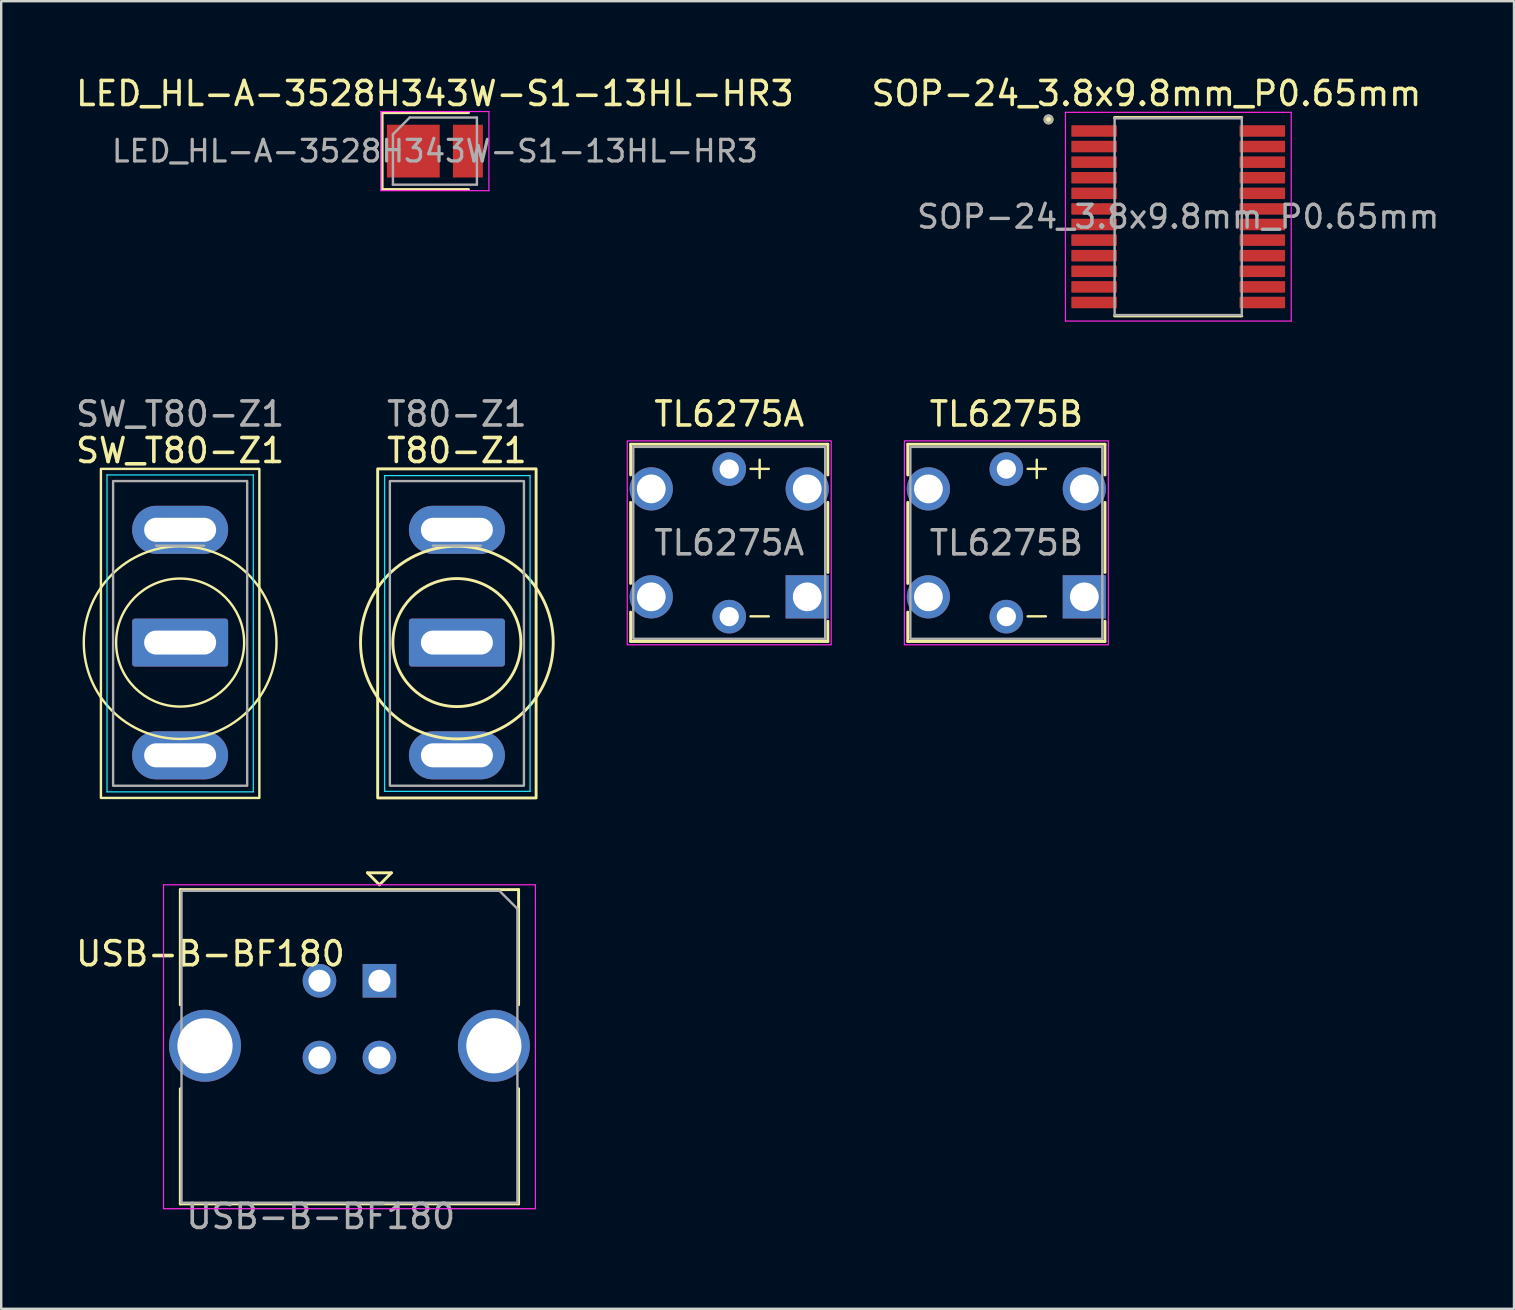
<source format=kicad_pcb>
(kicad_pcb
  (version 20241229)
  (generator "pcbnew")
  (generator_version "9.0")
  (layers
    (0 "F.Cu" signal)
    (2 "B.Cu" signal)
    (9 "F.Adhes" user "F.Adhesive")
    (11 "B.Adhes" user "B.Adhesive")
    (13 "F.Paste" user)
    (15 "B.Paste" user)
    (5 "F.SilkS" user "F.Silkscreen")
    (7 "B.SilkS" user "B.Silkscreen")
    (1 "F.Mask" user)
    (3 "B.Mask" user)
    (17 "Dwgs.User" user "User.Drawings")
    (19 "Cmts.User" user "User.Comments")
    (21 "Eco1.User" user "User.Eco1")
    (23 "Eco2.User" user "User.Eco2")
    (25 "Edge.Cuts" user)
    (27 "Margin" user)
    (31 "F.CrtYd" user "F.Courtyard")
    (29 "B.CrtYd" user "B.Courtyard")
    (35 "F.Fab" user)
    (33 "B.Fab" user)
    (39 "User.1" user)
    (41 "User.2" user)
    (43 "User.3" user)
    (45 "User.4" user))
  (footprint "SW_T80-Z1"
    (layer "F.Cu")
    (at 4.458 19.032)
    (property "Reference" "SW_T80-Z1" (at 0 -3.302 0) (layer "F.SilkS") (effects (font (size 1 1) (thickness 0.15))))
    (attr through_hole)
    (fp_rect (start -3.302 -2.54) (end 3.302 11.176) (stroke (width 0.1) (type default)) (fill no) (layer "F.SilkS"))
    (fp_circle (center 0 4.7) (end 0 2.032) (stroke (width 0.1) (type default)) (fill no) (layer "F.SilkS"))
    (fp_circle (center 0 4.7) (end 4.016 4.7) (stroke (width 0.1) (type default)) (fill no) (layer "F.SilkS"))
    (fp_line (start -3.048 -2.286) (end 3.048 -2.286) (stroke (width 0.05) (type solid)) (layer "B.CrtYd"))
    (fp_line (start -3.048 10.922) (end -3.048 -2.286) (stroke (width 0.05) (type solid)) (layer "B.CrtYd"))
    (fp_line (start 3.048 -2.286) (end 3.048 10.922) (stroke (width 0.05) (type solid)) (layer "B.CrtYd"))
    (fp_line (start 3.048 10.922) (end -3.048 10.922) (stroke (width 0.05) (type solid)) (layer "B.CrtYd"))
    (fp_line (start 1 0.66) (end -1 0.66) (stroke (width 0.1) (type solid)) (layer "F.Fab"))
    (fp_rect (start -2.794 -2.032) (end 2.794 10.668) (stroke (width 0.1) (type default)) (fill no) (layer "F.Fab"))
    (fp_text user "${REFERENCE}" (at 0 -4.826 0) (layer "F.Fab") (effects (font (size 1 1) (thickness 0.15))))
    (pad "1" thru_hole oval (at 0 0 270) (size 2 4) (drill oval 1 3) (layers "*.Cu" "*.Mask"))
    (pad "2" thru_hole roundrect (at 0 4.7 270) (size 2 4) (drill oval 1 3) (layers "*.Cu" "*.Mask") (roundrect_rratio 0.06))
    (pad "3" thru_hole oval (at 0 9.4 270) (size 2 4) (drill oval 1 3) (layers "*.Cu" "*.Mask")))
  (footprint "SOP-24_3.8x9.8mm_P0.65mm"
    (layer "F.Cu")
    (at 46.057 5.983)
    (property "Reference" "SOP-24_3.8x9.8mm_P0.65mm" (at -1.325 -5.135 0) (layer "F.SilkS") (effects (font (size 1 1) (thickness 0.15))))
    (attr smd)
    (fp_line (start -2.65 -4.135) (end 2.65 -4.135) (stroke (width 0.12) (type solid)) (layer "F.SilkS"))
    (fp_line (start -2.65 4.135) (end 2.65 4.135) (stroke (width 0.12) (type solid)) (layer "F.SilkS"))
    (fp_circle (center -5.405 -4.055) (end -5.255 -4.055) (stroke (width 0.12) (type solid)) (fill yes) (layer "F.SilkS"))
    (fp_line (start -4.7 -4.35) (end -4.7 4.35) (stroke (width 0.05) (type solid)) (layer "F.CrtYd"))
    (fp_line (start -4.7 -4.35) (end 4.71 -4.35) (stroke (width 0.05) (type solid)) (layer "F.CrtYd"))
    (fp_line (start -4.7 4.35) (end 4.71 4.35) (stroke (width 0.05) (type solid)) (layer "F.CrtYd"))
    (fp_line (start 4.71 -4.35) (end 4.71 4.35) (stroke (width 0.05) (type solid)) (layer "F.CrtYd"))
    (fp_line (start -2.65 -4.1) (end -2.65 4.1) (stroke (width 0.1) (type solid)) (layer "F.Fab"))
    (fp_line (start -2.65 -4.1) (end 2.65 -4.1) (stroke (width 0.1) (type solid)) (layer "F.Fab"))
    (fp_line (start -2.65 4.1) (end 2.65 4.1) (stroke (width 0.1) (type solid)) (layer "F.Fab"))
    (fp_line (start 2.65 -4.1) (end 2.65 4.1) (stroke (width 0.1) (type solid)) (layer "F.Fab"))
    (fp_circle (center -5.405 -4.055) (end -5.255 -4.055) (stroke (width 0.1) (type solid)) (fill no) (layer "F.Fab"))
    (fp_text user "${REFERENCE}" (at 0 0 0) (layer "F.Fab") (effects (font (size 0.95 0.95) (thickness 0.14))))
    (pad "1" smd roundrect (at -3.505 -3.575) (size 1.9 0.48) (layers "F.Cu" "F.Mask" "F.Paste") (roundrect_rratio 0.06))
    (pad "2" smd roundrect (at -3.505 -2.925) (size 1.9 0.48) (layers "F.Cu" "F.Mask" "F.Paste") (roundrect_rratio 0.06))
    (pad "3" smd roundrect (at -3.505 -2.275) (size 1.9 0.48) (layers "F.Cu" "F.Mask" "F.Paste") (roundrect_rratio 0.06))
    (pad "4" smd roundrect (at -3.505 -1.625) (size 1.9 0.48) (layers "F.Cu" "F.Mask" "F.Paste") (roundrect_rratio 0.06))
    (pad "5" smd roundrect (at -3.505 -0.975) (size 1.9 0.48) (layers "F.Cu" "F.Mask" "F.Paste") (roundrect_rratio 0.06))
    (pad "6" smd roundrect (at -3.505 -0.325) (size 1.9 0.48) (layers "F.Cu" "F.Mask" "F.Paste") (roundrect_rratio 0.06))
    (pad "7" smd roundrect (at -3.505 0.325) (size 1.9 0.48) (layers "F.Cu" "F.Mask" "F.Paste") (roundrect_rratio 0.06))
    (pad "8" smd roundrect (at -3.505 0.975) (size 1.9 0.48) (layers "F.Cu" "F.Mask" "F.Paste") (roundrect_rratio 0.06))
    (pad "9" smd roundrect (at -3.505 1.625) (size 1.9 0.48) (layers "F.Cu" "F.Mask" "F.Paste") (roundrect_rratio 0.06))
    (pad "10" smd roundrect (at -3.505 2.275) (size 1.9 0.48) (layers "F.Cu" "F.Mask" "F.Paste") (roundrect_rratio 0.06))
    (pad "11" smd roundrect (at -3.505 2.925) (size 1.9 0.48) (layers "F.Cu" "F.Mask" "F.Paste") (roundrect_rratio 0.06))
    (pad "12" smd roundrect (at -3.505 3.575) (size 1.9 0.48) (layers "F.Cu" "F.Mask" "F.Paste") (roundrect_rratio 0.06))
    (pad "13" smd roundrect (at 3.505 3.575) (size 1.9 0.48) (layers "F.Cu" "F.Mask" "F.Paste") (roundrect_rratio 0.06))
    (pad "14" smd roundrect (at 3.505 2.925) (size 1.9 0.48) (layers "F.Cu" "F.Mask" "F.Paste") (roundrect_rratio 0.06))
    (pad "15" smd roundrect (at 3.505 2.275) (size 1.9 0.48) (layers "F.Cu" "F.Mask" "F.Paste") (roundrect_rratio 0.06))
    (pad "16" smd roundrect (at 3.505 1.625) (size 1.9 0.48) (layers "F.Cu" "F.Mask" "F.Paste") (roundrect_rratio 0.06))
    (pad "17" smd roundrect (at 3.505 0.975) (size 1.9 0.48) (layers "F.Cu" "F.Mask" "F.Paste") (roundrect_rratio 0.06))
    (pad "18" smd roundrect (at 3.505 0.325) (size 1.9 0.48) (layers "F.Cu" "F.Mask" "F.Paste") (roundrect_rratio 0.06))
    (pad "19" smd roundrect (at 3.505 -0.325) (size 1.9 0.48) (layers "F.Cu" "F.Mask" "F.Paste") (roundrect_rratio 0.06))
    (pad "20" smd roundrect (at 3.505 -0.975) (size 1.9 0.48) (layers "F.Cu" "F.Mask" "F.Paste") (roundrect_rratio 0.06))
    (pad "21" smd roundrect (at 3.505 -1.625) (size 1.9 0.48) (layers "F.Cu" "F.Mask" "F.Paste") (roundrect_rratio 0.06))
    (pad "22" smd roundrect (at 3.505 -2.275) (size 1.9 0.48) (layers "F.Cu" "F.Mask" "F.Paste") (roundrect_rratio 0.06))
    (pad "23" smd roundrect (at 3.505 -2.925) (size 1.9 0.48) (layers "F.Cu" "F.Mask" "F.Paste") (roundrect_rratio 0.06))
    (pad "24" smd roundrect (at 3.505 -3.575) (size 1.9 0.48) (layers "F.Cu" "F.Mask" "F.Paste") (roundrect_rratio 0.06)))
  (footprint "USB-B-BF180"
    (layer "F.Cu")
    (at 12.765 37.828)
    (property "Reference" "USB-B-BF180" (at -7.045 -1.126 0) (layer "F.SilkS") (effects (font (size 1 1) (thickness 0.15))))
    (attr through_hole)
    (fp_line (start -8.3 -3.8) (end 5.8 -3.8) (stroke (width 0.12) (type solid)) (layer "F.SilkS"))
    (fp_line (start -8.3 1) (end -8.3 -3.8) (stroke (width 0.12) (type solid)) (layer "F.SilkS"))
    (fp_line (start -8.3 9.3) (end -8.3 4.5) (stroke (width 0.12) (type solid)) (layer "F.SilkS"))
    (fp_line (start -0.5 -4.5) (end 0 -4) (stroke (width 0.12) (type solid)) (layer "F.SilkS"))
    (fp_line (start 0 -4) (end 0.5 -4.5) (stroke (width 0.12) (type solid)) (layer "F.SilkS"))
    (fp_line (start 0.5 -4.5) (end -0.5 -4.5) (stroke (width 0.12) (type solid)) (layer "F.SilkS"))
    (fp_line (start 5.8 -3.8) (end 5.8 1) (stroke (width 0.12) (type solid)) (layer "F.SilkS"))
    (fp_line (start 5.8 4.5) (end 5.8 9.3) (stroke (width 0.12) (type solid)) (layer "F.SilkS"))
    (fp_line (start 5.8 9.3) (end -8.3 9.3) (stroke (width 0.12) (type solid)) (layer "F.SilkS"))
    (fp_line (start -9 -4) (end -9 9.5) (stroke (width 0.05) (type solid)) (layer "F.CrtYd"))
    (fp_line (start -9 -4) (end 6.5 -4) (stroke (width 0.05) (type solid)) (layer "F.CrtYd"))
    (fp_line (start 6.5 9.5) (end -9 9.5) (stroke (width 0.05) (type solid)) (layer "F.CrtYd"))
    (fp_line (start 6.5 9.5) (end 6.5 -4) (stroke (width 0.05) (type solid)) (layer "F.CrtYd"))
    (fp_line (start -8.25 -3.75) (end 5 -3.75) (stroke (width 0.1) (type solid)) (layer "F.Fab"))
    (fp_line (start -8.25 9.25) (end -8.25 -3.75) (stroke (width 0.1) (type solid)) (layer "F.Fab"))
    (fp_line (start 5 -3.75) (end 5.75 -3) (stroke (width 0.1) (type solid)) (layer "F.Fab"))
    (fp_line (start 5.75 -3) (end 5.75 9.25) (stroke (width 0.1) (type solid)) (layer "F.Fab"))
    (fp_line (start 5.75 9.25) (end -8.25 9.25) (stroke (width 0.1) (type solid)) (layer "F.Fab"))
    (fp_text user "${REFERENCE}" (at -2.445 9.824 0) (layer "F.Fab") (effects (font (size 1 1) (thickness 0.15))))
    (pad "1" thru_hole rect (at 0 0) (size 1.4 1.4) (drill 0.92) (layers "*.Cu" "*.Mask"))
    (pad "2" thru_hole circle (at -2.5 0) (size 1.4 1.4) (drill 0.92) (layers "*.Cu" "*.Mask"))
    (pad "3" thru_hole circle (at -2.5 3.2) (size 1.4 1.4) (drill 0.92) (layers "*.Cu" "*.Mask"))
    (pad "4" thru_hole circle (at 0 3.2) (size 1.4 1.4) (drill 0.92) (layers "*.Cu" "*.Mask"))
    (pad "5" thru_hole circle (at -7.27 2.71) (size 3 3) (drill 2.3) (layers "*.Cu" "*.Mask"))
    (pad "5" thru_hole circle (at 4.77 2.71) (size 3 3) (drill 2.3) (layers "*.Cu" "*.Mask")))
  (footprint "TL6275A"
    (layer "F.Cu")
    (at 30.594 21.826)
    (property "Reference" "TL6275A" (at -3.25 -7.62 0) (layer "F.SilkS") (effects (font (size 1 1) (thickness 0.15))))
    (attr through_hole)
    (fp_line (start -7.36 -6.36) (end 0.86 -6.36) (stroke (width 0.12) (type default)) (layer "F.SilkS"))
    (fp_line (start -7.36 -5.08) (end -7.36 -6.36) (stroke (width 0.12) (type default)) (layer "F.SilkS"))
    (fp_line (start -7.36 -3.937) (end -7.36 -0.559) (stroke (width 0.12) (type default)) (layer "F.SilkS"))
    (fp_line (start -7.36 0.635) (end -7.36 1.86) (stroke (width 0.12) (type default)) (layer "F.SilkS"))
    (fp_line (start -7.36 1.86) (end 0.86 1.86) (stroke (width 0.12) (type default)) (layer "F.SilkS"))
    (fp_line (start 0.86 -6.36) (end 0.86 -5.08) (stroke (width 0.12) (type default)) (layer "F.SilkS"))
    (fp_line (start 0.86 -1.016) (end 0.86 -3.937) (stroke (width 0.12) (type default)) (layer "F.SilkS"))
    (fp_line (start 0.86 1.86) (end 0.86 1.016) (stroke (width 0.12) (type default)) (layer "F.SilkS"))
    (fp_rect (start -7.5 -6.5) (end 1 2) (stroke (width 0.05) (type default)) (fill no) (layer "F.CrtYd"))
    (fp_rect (start -7.25 -6.25) (end 0.75 1.75) (stroke (width 0.1) (type default)) (fill no) (layer "F.Fab"))
    (fp_text user "-" (at -2.667 1.321 0) (unlocked yes) (layer "F.SilkS") (effects (font (size 1 1) (thickness 0.1)) (justify left bottom)))
    (fp_text user "+" (at -2.667 -4.826 0) (unlocked yes) (layer "F.SilkS") (effects (font (size 1 1) (thickness 0.1)) (justify left bottom)))
    (fp_text user "${REFERENCE}" (at -3.25 -2.25 0) (layer "F.Fab") (effects (font (size 1 1) (thickness 0.15))))
    (pad "1" thru_hole rect (at 0 0) (size 1.8 1.8) (drill 1.2) (layers "*.Cu" "*.Mask"))
    (pad "2" thru_hole circle (at -6.5 0) (size 1.8 1.8) (drill 1.2) (layers "*.Cu" "*.Mask"))
    (pad "3" thru_hole circle (at 0 -4.5) (size 1.8 1.8) (drill 1.2) (layers "*.Cu" "*.Mask"))
    (pad "4" thru_hole circle (at -6.5 -4.5) (size 1.8 1.8) (drill 1.2) (layers "*.Cu" "*.Mask"))
    (pad "5" thru_hole circle (at -3.25 0.825) (size 1.4 1.4) (drill 0.8) (layers "*.Cu" "*.Mask"))
    (pad "6" thru_hole circle (at -3.25 -5.325) (size 1.4 1.4) (drill 0.8) (layers "*.Cu" "*.Mask")))
  (footprint "LED_HL-A-3528H343W-S1-13HL-HR3"
    (layer "F.Cu")
    (at 15.077 3.248)
    (property "Reference" "LED_HL-A-3528H343W-S1-13HL-HR3" (at 0 -2.4 0) (layer "F.SilkS") (effects (font (size 1 1) (thickness 0.15))))
    (attr smd)
    (fp_line (start -2.2 -1.6) (end -2.2 1.6) (stroke (width 0.12) (type solid)) (layer "F.SilkS"))
    (fp_line (start 1.4 -1.6) (end -2.2 -1.6) (stroke (width 0.12) (type solid)) (layer "F.SilkS"))
    (fp_line (start 1.4 1.6) (end -2.2 1.6) (stroke (width 0.12) (type solid)) (layer "F.SilkS"))
    (fp_line (start -2.25 -1.65) (end 2.25 -1.65) (stroke (width 0.05) (type solid)) (layer "F.CrtYd"))
    (fp_line (start -2.25 1.65) (end -2.25 -1.65) (stroke (width 0.05) (type solid)) (layer "F.CrtYd"))
    (fp_line (start 2.25 -1.65) (end 2.25 1.65) (stroke (width 0.05) (type solid)) (layer "F.CrtYd"))
    (fp_line (start 2.25 1.65) (end -2.25 1.65) (stroke (width 0.05) (type solid)) (layer "F.CrtYd"))
    (fp_line (start -1.75 1.4) (end -1.75 -0.7) (stroke (width 0.1) (type solid)) (layer "F.Fab"))
    (fp_line (start -1.05 -1.4) (end -1.75 -0.7) (stroke (width 0.1) (type solid)) (layer "F.Fab"))
    (fp_line (start -1.05 -1.4) (end 1.75 -1.4) (stroke (width 0.1) (type solid)) (layer "F.Fab"))
    (fp_line (start 1.75 -1.4) (end 1.75 1.4) (stroke (width 0.1) (type solid)) (layer "F.Fab"))
    (fp_line (start 1.75 1.4) (end -1.75 1.4) (stroke (width 0.1) (type solid)) (layer "F.Fab"))
    (fp_text user "${REFERENCE}" (at 0 0 0) (layer "F.Fab") (effects (font (size 0.9 0.9) (thickness 0.135))))
    (pad "1" smd rect (at -0.9 0) (size 2.2 2.2) (layers "F.Cu" "F.Mask" "F.Paste"))
    (pad "2" smd rect (at 1.375 0) (size 1.25 2.2) (layers "F.Cu" "F.Mask" "F.Paste")))
  (footprint "T80-Z1"
    (layer "F.Cu")
    (at 15.993 19.032)
    (property "Reference" "T80-Z1" (at 0 -3.302 0) (layer "F.SilkS") (effects (font (size 1 1) (thickness 0.15))))
    (attr through_hole)
    (fp_rect (start -3.302 -2.54) (end 3.302 11.176) (stroke (width 0.12) (type default)) (fill no) (layer "F.SilkS"))
    (fp_circle (center 0 4.7) (end 2.668 4.7) (stroke (width 0.12) (type default)) (fill no) (layer "F.SilkS"))
    (fp_circle (center 0 4.7) (end 4.016 4.7) (stroke (width 0.12) (type default)) (fill no) (layer "F.SilkS"))
    (fp_line (start -3.01 -2.26) (end 3.05 -2.26) (stroke (width 0.05) (type solid)) (layer "B.CrtYd"))
    (fp_line (start -3.01 10.9) (end -3.01 -2.26) (stroke (width 0.05) (type solid)) (layer "B.CrtYd"))
    (fp_line (start 3.05 -2.26) (end 3.05 10.9) (stroke (width 0.05) (type solid)) (layer "B.CrtYd"))
    (fp_line (start 3.05 10.9) (end -3.01 10.9) (stroke (width 0.05) (type solid)) (layer "B.CrtYd"))
    (fp_line (start 1 0.66) (end -1 0.66) (stroke (width 0.1) (type solid)) (layer "F.Fab"))
    (fp_rect (start -2.794 -2.032) (end 2.794 10.668) (stroke (width 0.1) (type default)) (fill no) (layer "F.Fab"))
    (fp_text user "${REFERENCE}" (at 0 -4.826 0) (layer "F.Fab") (effects (font (size 1 1) (thickness 0.15))))
    (pad "1" thru_hole oval (at 0 0 270) (size 2 4) (drill oval 1 3) (layers "*.Cu" "*.Mask"))
    (pad "2" thru_hole roundrect (at 0 4.7 270) (size 2 4) (drill oval 1 3) (layers "*.Cu" "*.Mask") (roundrect_rratio 0.06))
    (pad "3" thru_hole oval (at 0 9.4 270) (size 2 4) (drill oval 1 3) (layers "*.Cu" "*.Mask")))
  (footprint "TL6275B"
    (layer "F.Cu")
    (at 42.144 21.826)
    (property "Reference" "TL6275B" (at -3.25 -7.62 0) (layer "F.SilkS") (effects (font (size 1 1) (thickness 0.15))))
    (attr through_hole)
    (fp_line (start -7.36 -6.36) (end 0.86 -6.36) (stroke (width 0.12) (type default)) (layer "F.SilkS"))
    (fp_line (start -7.36 -5.08) (end -7.36 -6.36) (stroke (width 0.12) (type default)) (layer "F.SilkS"))
    (fp_line (start -7.36 -3.937) (end -7.36 -0.559) (stroke (width 0.12) (type default)) (layer "F.SilkS"))
    (fp_line (start -7.36 0.635) (end -7.36 1.86) (stroke (width 0.12) (type default)) (layer "F.SilkS"))
    (fp_line (start -7.36 1.86) (end 0.86 1.86) (stroke (width 0.12) (type default)) (layer "F.SilkS"))
    (fp_line (start 0.86 -6.36) (end 0.86 -5.08) (stroke (width 0.12) (type default)) (layer "F.SilkS"))
    (fp_line (start 0.86 -1.016) (end 0.86 -3.937) (stroke (width 0.12) (type default)) (layer "F.SilkS"))
    (fp_line (start 0.86 1.86) (end 0.86 1.016) (stroke (width 0.12) (type default)) (layer "F.SilkS"))
    (fp_rect (start -7.5 -6.5) (end 1 2) (stroke (width 0.05) (type default)) (fill no) (layer "F.CrtYd"))
    (fp_rect (start -7.25 -6.25) (end 0.75 1.75) (stroke (width 0.1) (type default)) (fill no) (layer "F.Fab"))
    (fp_text user "-" (at -2.667 1.321 0) (unlocked yes) (layer "F.SilkS") (effects (font (size 1 1) (thickness 0.1)) (justify left bottom)))
    (fp_text user "+" (at -2.667 -4.826 0) (unlocked yes) (layer "F.SilkS") (effects (font (size 1 1) (thickness 0.1)) (justify left bottom)))
    (fp_text user "${REFERENCE}" (at -3.25 -2.25 0) (layer "F.Fab") (effects (font (size 1 1) (thickness 0.15))))
    (pad "1" thru_hole rect (at 0 0) (size 1.8 1.8) (drill 1.2) (layers "*.Cu" "*.Mask"))
    (pad "2" thru_hole circle (at -6.5 0) (size 1.8 1.8) (drill 1.2) (layers "*.Cu" "*.Mask"))
    (pad "3" thru_hole circle (at 0 -4.5) (size 1.8 1.8) (drill 1.2) (layers "*.Cu" "*.Mask"))
    (pad "4" thru_hole circle (at -6.5 -4.5) (size 1.8 1.8) (drill 1.2) (layers "*.Cu" "*.Mask"))
    (pad "5" thru_hole circle (at -3.25 0.825) (size 1.4 1.4) (drill 0.8) (layers "*.Cu" "*.Mask"))
    (pad "6" thru_hole circle (at -3.25 -5.325) (size 1.4 1.4) (drill 0.8) (layers "*.Cu" "*.Mask")))
  (gr_rect
    (start -3 -3)
    (end 60.052 51.5)
    (stroke (width 0.1) (type default))
    (fill no)
    (layer "Edge.Cuts")))
</source>
